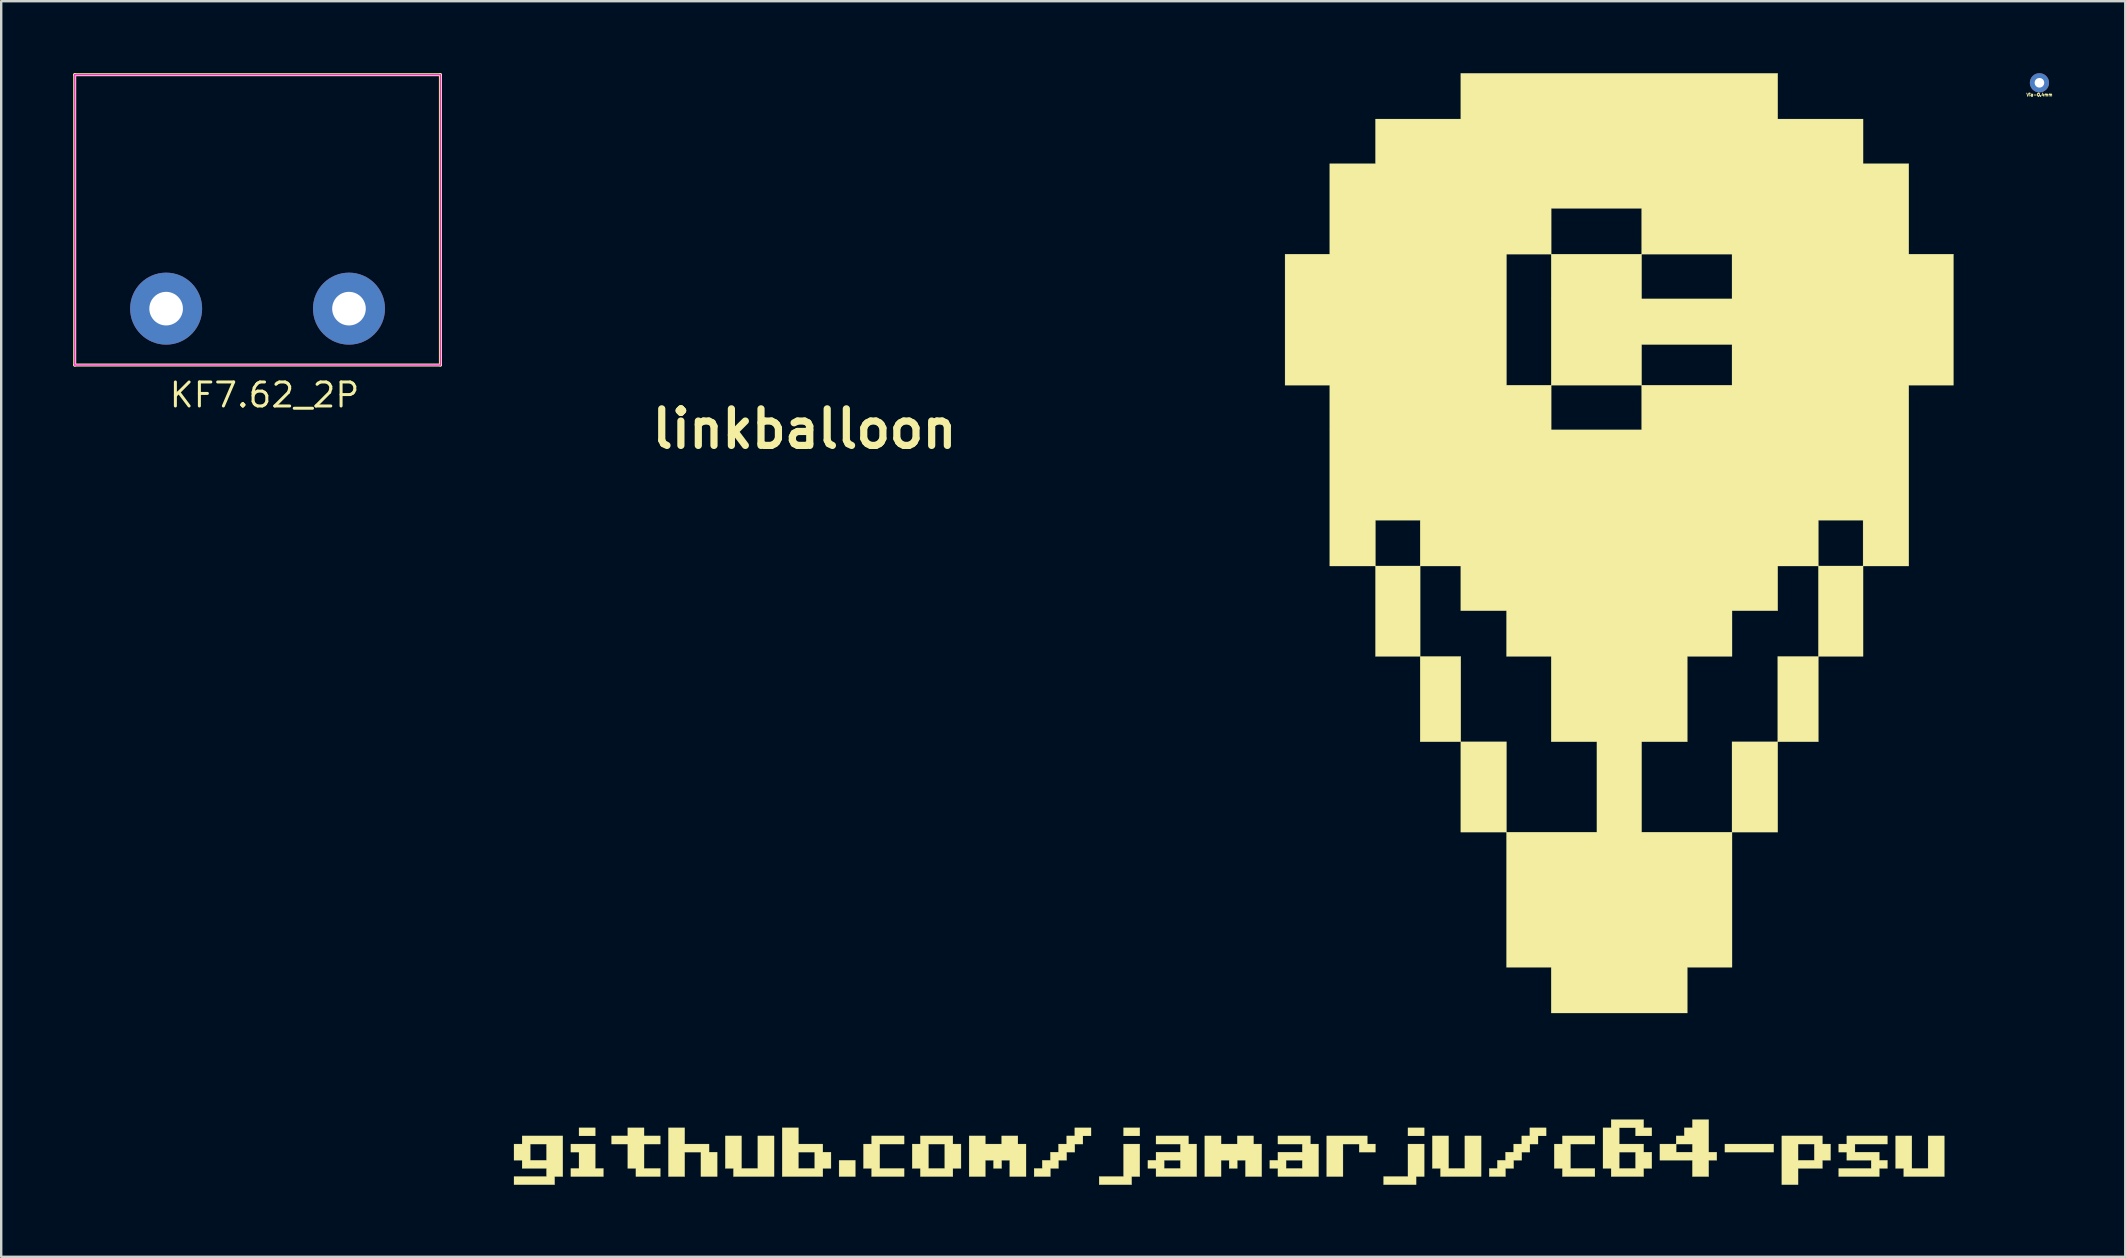
<source format=kicad_pcb>
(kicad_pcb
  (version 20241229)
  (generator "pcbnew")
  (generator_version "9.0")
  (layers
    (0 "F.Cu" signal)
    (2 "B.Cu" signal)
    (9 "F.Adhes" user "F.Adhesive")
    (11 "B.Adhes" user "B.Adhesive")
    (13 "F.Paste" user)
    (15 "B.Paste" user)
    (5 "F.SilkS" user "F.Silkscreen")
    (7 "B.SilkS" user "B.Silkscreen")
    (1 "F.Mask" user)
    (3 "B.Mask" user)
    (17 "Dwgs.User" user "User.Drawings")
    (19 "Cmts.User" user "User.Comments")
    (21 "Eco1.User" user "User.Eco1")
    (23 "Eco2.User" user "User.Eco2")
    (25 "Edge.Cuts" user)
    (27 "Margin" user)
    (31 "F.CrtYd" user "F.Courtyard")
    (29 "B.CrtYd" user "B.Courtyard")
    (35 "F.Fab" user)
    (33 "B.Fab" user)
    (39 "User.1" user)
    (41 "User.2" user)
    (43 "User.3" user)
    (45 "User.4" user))
  (footprint "linkballoon"
    (layer "F.Cu")
    (at 30.477 14.822)
    (property "Reference" "linkballoon" (at 0 0 0) (layer "F.SilkS") (effects (font (size 1.524 1.524) (thickness 0.3))))
    (attr through_hole)
    (fp_poly (pts (xy -8.721 29.464) (xy -9.398 29.464) (xy -9.398 29.125) (xy -8.721 29.125) (xy -8.721 29.464)) (stroke (width 0.01) (type solid)) (fill yes) (layer "F.SilkS"))
    (fp_poly (pts (xy 2.117 31.157) (xy 1.439 31.157) (xy 1.439 30.48) (xy 2.117 30.48) (xy 2.117 31.157)) (stroke (width 0.01) (type solid)) (fill yes) (layer "F.SilkS"))
    (fp_poly (pts (xy 13.97 29.464) (xy 13.293 29.464) (xy 13.293 29.125) (xy 13.97 29.125) (xy 13.97 29.464)) (stroke (width 0.01) (type solid)) (fill yes) (layer "F.SilkS"))
    (fp_poly (pts (xy 25.823 29.464) (xy 25.146 29.464) (xy 25.146 29.125) (xy 25.823 29.125) (xy 25.823 29.464)) (stroke (width 0.01) (type solid)) (fill yes) (layer "F.SilkS"))
    (fp_poly (pts (xy 40.386 30.141) (xy 38.354 30.141) (xy 38.354 29.803) (xy 40.386 29.803) (xy 40.386 30.141)) (stroke (width 0.01) (type solid)) (fill yes) (layer "F.SilkS"))
    (fp_poly (pts (xy 13.97 31.157) (xy 13.631 31.157) (xy 13.631 31.496) (xy 12.277 31.496) (xy 12.277 31.157) (xy 13.293 31.157) (xy 13.293 29.803) (xy 13.97 29.803) (xy 13.97 31.157)) (stroke (width 0.01) (type solid)) (fill yes) (layer "F.SilkS"))
    (fp_poly (pts (xy 25.823 31.157) (xy 25.485 31.157) (xy 25.485 31.496) (xy 24.13 31.496) (xy 24.13 31.157) (xy 25.146 31.157) (xy 25.146 29.803) (xy 25.823 29.803) (xy 25.823 31.157)) (stroke (width 0.01) (type solid)) (fill yes) (layer "F.SilkS"))
    (fp_poly (pts (xy -8.721 30.819) (xy -8.382 30.819) (xy -8.382 31.157) (xy -9.737 31.157) (xy -9.737 30.819) (xy -9.398 30.819) (xy -9.398 30.141) (xy -9.737 30.141) (xy -9.737 29.803) (xy -8.721 29.803) (xy -8.721 30.819)) (stroke (width 0.01) (type solid)) (fill yes) (layer "F.SilkS"))
    (fp_poly (pts (xy -2.625 30.819) (xy -1.947 30.819) (xy -1.947 29.464) (xy -1.27 29.464) (xy -1.27 31.157) (xy -2.963 31.157) (xy -2.963 30.819) (xy -3.302 30.819) (xy -3.302 29.464) (xy -2.625 29.464) (xy -2.625 30.819)) (stroke (width 0.01) (type solid)) (fill yes) (layer "F.SilkS"))
    (fp_poly (pts (xy 23.453 29.803) (xy 23.791 29.803) (xy 23.791 30.141) (xy 23.114 30.141) (xy 23.114 29.803) (xy 22.437 29.803) (xy 22.437 31.157) (xy 21.759 31.157) (xy 21.759 29.464) (xy 23.453 29.464) (xy 23.453 29.803)) (stroke (width 0.01) (type solid)) (fill yes) (layer "F.SilkS"))
    (fp_poly (pts (xy 26.839 30.819) (xy 27.517 30.819) (xy 27.517 29.464) (xy 28.194 29.464) (xy 28.194 31.157) (xy 26.501 31.157) (xy 26.501 30.819) (xy 26.162 30.819) (xy 26.162 29.464) (xy 26.839 29.464) (xy 26.839 30.819)) (stroke (width 0.01) (type solid)) (fill yes) (layer "F.SilkS"))
    (fp_poly (pts (xy 46.143 30.819) (xy 46.821 30.819) (xy 46.821 29.464) (xy 47.498 29.464) (xy 47.498 31.157) (xy 45.805 31.157) (xy 45.805 30.819) (xy 45.466 30.819) (xy 45.466 29.464) (xy 46.143 29.464) (xy 46.143 30.819)) (stroke (width 0.01) (type solid)) (fill yes) (layer "F.SilkS"))
    (fp_poly (pts (xy -4.995 29.803) (xy -3.979 29.803) (xy -3.979 30.141) (xy -3.641 30.141) (xy -3.641 31.157) (xy -4.318 31.157) (xy -4.318 30.141) (xy -4.995 30.141) (xy -4.995 31.157) (xy -5.673 31.157) (xy -5.673 29.125) (xy -4.995 29.125) (xy -4.995 29.803)) (stroke (width 0.01) (type solid)) (fill yes) (layer "F.SilkS"))
    (fp_poly (pts (xy 4.149 29.803) (xy 3.133 29.803) (xy 3.133 30.819) (xy 4.149 30.819) (xy 4.149 31.157) (xy 2.794 31.157) (xy 2.794 30.819) (xy 2.455 30.819) (xy 2.455 29.803) (xy 2.794 29.803) (xy 2.794 29.464) (xy 4.149 29.464) (xy 4.149 29.803)) (stroke (width 0.01) (type solid)) (fill yes) (layer "F.SilkS"))
    (fp_poly (pts (xy 32.935 29.803) (xy 31.919 29.803) (xy 31.919 30.819) (xy 32.935 30.819) (xy 32.935 31.157) (xy 31.581 31.157) (xy 31.581 30.819) (xy 31.242 30.819) (xy 31.242 29.803) (xy 31.581 29.803) (xy 31.581 29.464) (xy 32.935 29.464) (xy 32.935 29.803)) (stroke (width 0.01) (type solid)) (fill yes) (layer "F.SilkS"))
    (fp_poly (pts (xy -6.689 29.464) (xy -6.011 29.464) (xy -6.011 29.803) (xy -6.689 29.803) (xy -6.689 30.819) (xy -6.011 30.819) (xy -6.011 31.157) (xy -7.027 31.157) (xy -7.027 30.819) (xy -7.366 30.819) (xy -7.366 29.803) (xy -8.043 29.803) (xy -8.043 29.464) (xy -7.366 29.464) (xy -7.366 29.125) (xy -6.689 29.125) (xy -6.689 29.464)) (stroke (width 0.01) (type solid)) (fill yes) (layer "F.SilkS"))
    (fp_poly (pts (xy -0.254 29.803) (xy 0.762 29.803) (xy 0.762 30.141) (xy 1.101 30.141) (xy 1.101 30.819) (xy 0.762 30.819) (xy 0.762 31.157) (xy -0.931 31.157) (xy -0.931 30.141) (xy -0.254 30.141) (xy -0.254 30.819) (xy 0.423 30.819) (xy 0.423 30.141) (xy -0.254 30.141) (xy -0.931 30.141) (xy -0.931 29.125) (xy -0.254 29.125) (xy -0.254 29.803)) (stroke (width 0.01) (type solid)) (fill yes) (layer "F.SilkS"))
    (fp_poly (pts (xy 42.418 29.803) (xy 42.757 29.803) (xy 42.757 30.48) (xy 42.418 30.48) (xy 42.418 30.819) (xy 41.402 30.819) (xy 41.402 31.496) (xy 40.725 31.496) (xy 40.725 29.803) (xy 41.402 29.803) (xy 41.402 30.48) (xy 42.079 30.48) (xy 42.079 29.803) (xy 41.402 29.803) (xy 40.725 29.803) (xy 40.725 29.464) (xy 42.418 29.464) (xy 42.418 29.803)) (stroke (width 0.01) (type solid)) (fill yes) (layer "F.SilkS"))
    (fp_poly (pts (xy 6.181 29.803) (xy 6.519 29.803) (xy 6.519 30.819) (xy 6.181 30.819) (xy 6.181 31.157) (xy 4.826 31.157) (xy 4.826 30.819) (xy 4.487 30.819) (xy 4.487 29.803) (xy 4.826 29.803) (xy 5.165 29.803) (xy 5.165 30.819) (xy 5.842 30.819) (xy 5.842 29.803) (xy 5.165 29.803) (xy 4.826 29.803) (xy 4.826 29.464) (xy 6.181 29.464) (xy 6.181 29.803)) (stroke (width 0.01) (type solid)) (fill yes) (layer "F.SilkS"))
    (fp_poly (pts (xy 7.535 29.803) (xy 8.213 29.803) (xy 8.213 29.464) (xy 8.89 29.464) (xy 8.89 29.803) (xy 9.229 29.803) (xy 9.229 31.157) (xy 8.551 31.157) (xy 8.551 30.48) (xy 8.213 30.48) (xy 8.213 30.819) (xy 7.874 30.819) (xy 7.874 30.48) (xy 7.535 30.48) (xy 7.535 31.157) (xy 6.858 31.157) (xy 6.858 29.464) (xy 7.535 29.464) (xy 7.535 29.803)) (stroke (width 0.01) (type solid)) (fill yes) (layer "F.SilkS"))
    (fp_poly (pts (xy 17.357 29.803) (xy 18.034 29.803) (xy 18.034 29.464) (xy 18.711 29.464) (xy 18.711 29.803) (xy 19.05 29.803) (xy 19.05 31.157) (xy 18.373 31.157) (xy 18.373 30.48) (xy 18.034 30.48) (xy 18.034 30.819) (xy 17.695 30.819) (xy 17.695 30.48) (xy 17.357 30.48) (xy 17.357 31.157) (xy 16.679 31.157) (xy 16.679 29.464) (xy 17.357 29.464) (xy 17.357 29.803)) (stroke (width 0.01) (type solid)) (fill yes) (layer "F.SilkS"))
    (fp_poly (pts (xy -10.075 31.157) (xy -10.414 31.157) (xy -10.414 31.496) (xy -12.107 31.496) (xy -12.107 31.157) (xy -10.753 31.157) (xy -10.753 30.819) (xy -11.769 30.819) (xy -11.769 30.48) (xy -12.107 30.48) (xy -12.107 29.803) (xy -11.769 29.803) (xy -11.43 29.803) (xy -11.43 30.48) (xy -10.753 30.48) (xy -10.753 29.803) (xy -11.43 29.803) (xy -11.769 29.803) (xy -11.769 29.464) (xy -10.075 29.464) (xy -10.075 31.157)) (stroke (width 0.01) (type solid)) (fill yes) (layer "F.SilkS"))
    (fp_poly (pts (xy 16.002 29.803) (xy 16.341 29.803) (xy 16.341 31.157) (xy 14.647 31.157) (xy 14.647 30.819) (xy 14.309 30.819) (xy 14.309 30.48) (xy 14.647 30.48) (xy 14.986 30.48) (xy 14.986 30.819) (xy 15.663 30.819) (xy 15.663 30.48) (xy 14.986 30.48) (xy 14.647 30.48) (xy 14.647 30.141) (xy 15.663 30.141) (xy 15.663 29.803) (xy 14.647 29.803) (xy 14.647 29.464) (xy 16.002 29.464) (xy 16.002 29.803)) (stroke (width 0.01) (type solid)) (fill yes) (layer "F.SilkS"))
    (fp_poly (pts (xy 21.082 29.803) (xy 21.421 29.803) (xy 21.421 31.157) (xy 19.727 31.157) (xy 19.727 30.819) (xy 19.389 30.819) (xy 19.389 30.48) (xy 19.727 30.48) (xy 20.066 30.48) (xy 20.066 30.819) (xy 20.743 30.819) (xy 20.743 30.48) (xy 20.066 30.48) (xy 19.727 30.48) (xy 19.727 30.141) (xy 20.743 30.141) (xy 20.743 29.803) (xy 19.727 29.803) (xy 19.727 29.464) (xy 21.082 29.464) (xy 21.082 29.803)) (stroke (width 0.01) (type solid)) (fill yes) (layer "F.SilkS"))
    (fp_poly (pts (xy 37.677 30.141) (xy 38.015 30.141) (xy 38.015 30.48) (xy 37.677 30.48) (xy 37.677 31.157) (xy 36.999 31.157) (xy 36.999 30.48) (xy 35.645 30.48) (xy 35.645 29.803) (xy 36.322 29.803) (xy 36.322 30.141) (xy 36.999 30.141) (xy 36.999 29.803) (xy 36.322 29.803) (xy 36.322 29.464) (xy 36.661 29.464) (xy 36.661 29.125) (xy 36.999 29.125) (xy 36.999 28.787) (xy 37.677 28.787) (xy 37.677 30.141)) (stroke (width 0.01) (type solid)) (fill yes) (layer "F.SilkS"))
    (fp_poly (pts (xy 45.127 29.803) (xy 43.773 29.803) (xy 43.773 30.141) (xy 44.789 30.141) (xy 44.789 30.48) (xy 45.127 30.48) (xy 45.127 30.819) (xy 44.789 30.819) (xy 44.789 31.157) (xy 43.095 31.157) (xy 43.095 30.819) (xy 44.45 30.819) (xy 44.45 30.48) (xy 43.434 30.48) (xy 43.434 30.141) (xy 43.095 30.141) (xy 43.095 29.803) (xy 43.434 29.803) (xy 43.434 29.464) (xy 45.127 29.464) (xy 45.127 29.803)) (stroke (width 0.01) (type solid)) (fill yes) (layer "F.SilkS"))
    (fp_poly (pts (xy 11.938 29.464) (xy 11.599 29.464) (xy 11.599 29.803) (xy 11.261 29.803) (xy 11.261 30.141) (xy 10.922 30.141) (xy 10.922 30.48) (xy 10.583 30.48) (xy 10.583 30.819) (xy 10.245 30.819) (xy 10.245 31.157) (xy 9.567 31.157) (xy 9.567 30.819) (xy 9.906 30.819) (xy 9.906 30.48) (xy 10.245 30.48) (xy 10.245 30.141) (xy 10.583 30.141) (xy 10.583 29.803) (xy 10.922 29.803) (xy 10.922 29.464) (xy 11.261 29.464) (xy 11.261 29.125) (xy 11.938 29.125) (xy 11.938 29.464)) (stroke (width 0.01) (type solid)) (fill yes) (layer "F.SilkS"))
    (fp_poly (pts (xy 30.903 29.464) (xy 30.565 29.464) (xy 30.565 29.803) (xy 30.226 29.803) (xy 30.226 30.141) (xy 29.887 30.141) (xy 29.887 30.48) (xy 29.549 30.48) (xy 29.549 30.819) (xy 29.21 30.819) (xy 29.21 31.157) (xy 28.533 31.157) (xy 28.533 30.819) (xy 28.871 30.819) (xy 28.871 30.48) (xy 29.21 30.48) (xy 29.21 30.141) (xy 29.549 30.141) (xy 29.549 29.803) (xy 29.887 29.803) (xy 29.887 29.464) (xy 30.226 29.464) (xy 30.226 29.125) (xy 30.903 29.125) (xy 30.903 29.464)) (stroke (width 0.01) (type solid)) (fill yes) (layer "F.SilkS"))
    (fp_poly (pts (xy 34.967 29.125) (xy 35.306 29.125) (xy 35.306 29.464) (xy 34.629 29.464) (xy 34.629 29.125) (xy 33.951 29.125) (xy 33.951 29.803) (xy 34.967 29.803) (xy 34.967 30.141) (xy 35.306 30.141) (xy 35.306 30.819) (xy 34.967 30.819) (xy 34.967 31.157) (xy 33.613 31.157) (xy 33.613 30.819) (xy 33.274 30.819) (xy 33.274 30.141) (xy 33.951 30.141) (xy 33.951 30.819) (xy 34.629 30.819) (xy 34.629 30.141) (xy 33.951 30.141) (xy 33.274 30.141) (xy 33.274 29.125) (xy 33.613 29.125) (xy 33.613 28.787) (xy 34.967 28.787) (xy 34.967 29.125)) (stroke (width 0.01) (type solid)) (fill yes) (layer "F.SilkS"))
    (fp_poly (pts (xy 40.555 -12.912) (xy 44.111 -12.912) (xy 44.111 -11.049) (xy 46.016 -11.049) (xy 46.016 -7.281) (xy 47.879 -7.281) (xy 47.879 -1.82) (xy 46.016 -1.82) (xy 46.016 5.715) (xy 44.111 5.715) (xy 44.111 9.483) (xy 42.249 9.483) (xy 42.249 13.039) (xy 40.555 13.039) (xy 40.555 16.806) (xy 38.65 16.806) (xy 38.65 22.437) (xy 36.788 22.437) (xy 36.788 24.342) (xy 31.115 24.342) (xy 31.115 22.437) (xy 29.252 22.437) (xy 29.252 16.806) (xy 27.347 16.806) (xy 27.347 13.039) (xy 25.654 13.039) (xy 25.654 9.483) (xy 27.347 9.483) (xy 27.347 13.039) (xy 29.252 13.039) (xy 29.252 16.806) (xy 33.02 16.806) (xy 33.02 13.039) (xy 34.883 13.039) (xy 34.883 16.806) (xy 38.65 16.806) (xy 38.65 13.039) (xy 40.555 13.039) (xy 40.555 9.483) (xy 42.249 9.483) (xy 42.249 5.715) (xy 40.555 5.715) (xy 40.555 7.578) (xy 38.65 7.578) (xy 38.65 9.483) (xy 36.788 9.483) (xy 36.788 13.039) (xy 34.883 13.039) (xy 33.02 13.039) (xy 31.115 13.039) (xy 31.115 9.483) (xy 29.252 9.483) (xy 29.252 7.578) (xy 27.347 7.578) (xy 27.347 5.715) (xy 25.654 5.715) (xy 25.654 9.483) (xy 23.791 9.483) (xy 23.791 5.715) (xy 21.886 5.715) (xy 21.886 3.81) (xy 23.791 3.81) (xy 23.791 5.715) (xy 25.654 5.715) (xy 25.654 3.81) (xy 42.249 3.81) (xy 42.249 5.715) (xy 44.111 5.715) (xy 44.111 3.81) (xy 42.249 3.81) (xy 25.654 3.81) (xy 23.791 3.81) (xy 21.886 3.81) (xy 21.886 -1.82) (xy 20.024 -1.82) (xy 20.024 -7.281) (xy 21.886 -7.281) (xy 29.252 -7.281) (xy 29.252 -1.82) (xy 31.115 -1.82) (xy 31.115 0.042) (xy 34.883 0.042) (xy 34.883 -1.82) (xy 31.115 -1.82) (xy 31.115 -3.514) (xy 34.883 -3.514) (xy 34.883 -1.82) (xy 38.65 -1.82) (xy 38.65 -3.514) (xy 34.883 -3.514) (xy 31.115 -3.514) (xy 31.115 -7.281) (xy 29.252 -7.281) (xy 21.886 -7.281) (xy 21.886 -9.186) (xy 31.115 -9.186) (xy 31.115 -7.281) (xy 34.883 -7.281) (xy 34.883 -5.419) (xy 38.65 -5.419) (xy 38.65 -7.281) (xy 34.883 -7.281) (xy 34.883 -9.186) (xy 31.115 -9.186) (xy 21.886 -9.186) (xy 21.886 -11.049) (xy 23.791 -11.049) (xy 23.791 -12.912) (xy 27.347 -12.912) (xy 27.347 -14.817) (xy 40.555 -14.817) (xy 40.555 -12.912)) (stroke (width 0.01) (type solid)) (fill yes) (layer "F.SilkS")))
  (footprint "Via-0.4mm"
    (layer "F.Cu")
    (at 81.938 0.4)
    (property "Reference" "Via-0.4mm" (at 0 0.5 0) (layer "F.SilkS") (effects (font (size 0.127 0.127) (thickness 0.032))))
    (attr through_hole)
    (pad "1" thru_hole circle (at 0 0) (size 0.8 0.8) (drill 0.4) (layers "*.Cu")))
  (footprint "KF7.62_2P"
    (layer "F.Cu")
    (at 3.873 9.812)
    (property "Reference" "KF7.62_2P" (at 4.1 3.6 0) (layer "F.SilkS") (effects (font (size 1 1) (thickness 0.125))))
    (attr through_hole)
    (fp_line (start -3.81 -9.75) (end -3.81 2.35) (stroke (width 0.125) (type solid)) (layer "F.SilkS"))
    (fp_line (start -3.81 2.35) (end 11.43 2.35) (stroke (width 0.125) (type solid)) (layer "F.SilkS"))
    (fp_line (start 11.43 -9.75) (end -3.81 -9.75) (stroke (width 0.125) (type solid)) (layer "F.SilkS"))
    (fp_line (start 11.43 -9.75) (end 11.43 2.35) (stroke (width 0.125) (type solid)) (layer "F.SilkS"))
    (fp_line (start -3.81 -9.75) (end -3.81 2.35) (stroke (width 0.05) (type solid)) (layer "F.CrtYd"))
    (fp_line (start -3.81 -9.75) (end 11.43 -9.75) (stroke (width 0.05) (type solid)) (layer "F.CrtYd"))
    (fp_line (start 11.43 -9.75) (end 11.43 2.35) (stroke (width 0.05) (type solid)) (layer "F.CrtYd"))
    (fp_line (start 11.43 2.35) (end -3.81 2.35) (stroke (width 0.05) (type solid)) (layer "F.CrtYd"))
    (pad "1" thru_hole circle (at 0 0) (size 3 3) (drill 1.4) (layers "*.Cu" "*.Mask"))
    (pad "2" thru_hole circle (at 7.62 0) (size 3 3) (drill 1.4) (layers "*.Cu" "*.Mask")))
  (gr_rect
    (start -3 -3)
    (end 85.514 49.323)
    (stroke (width 0.1) (type default))
    (fill no)
    (layer "Edge.Cuts")))
</source>
